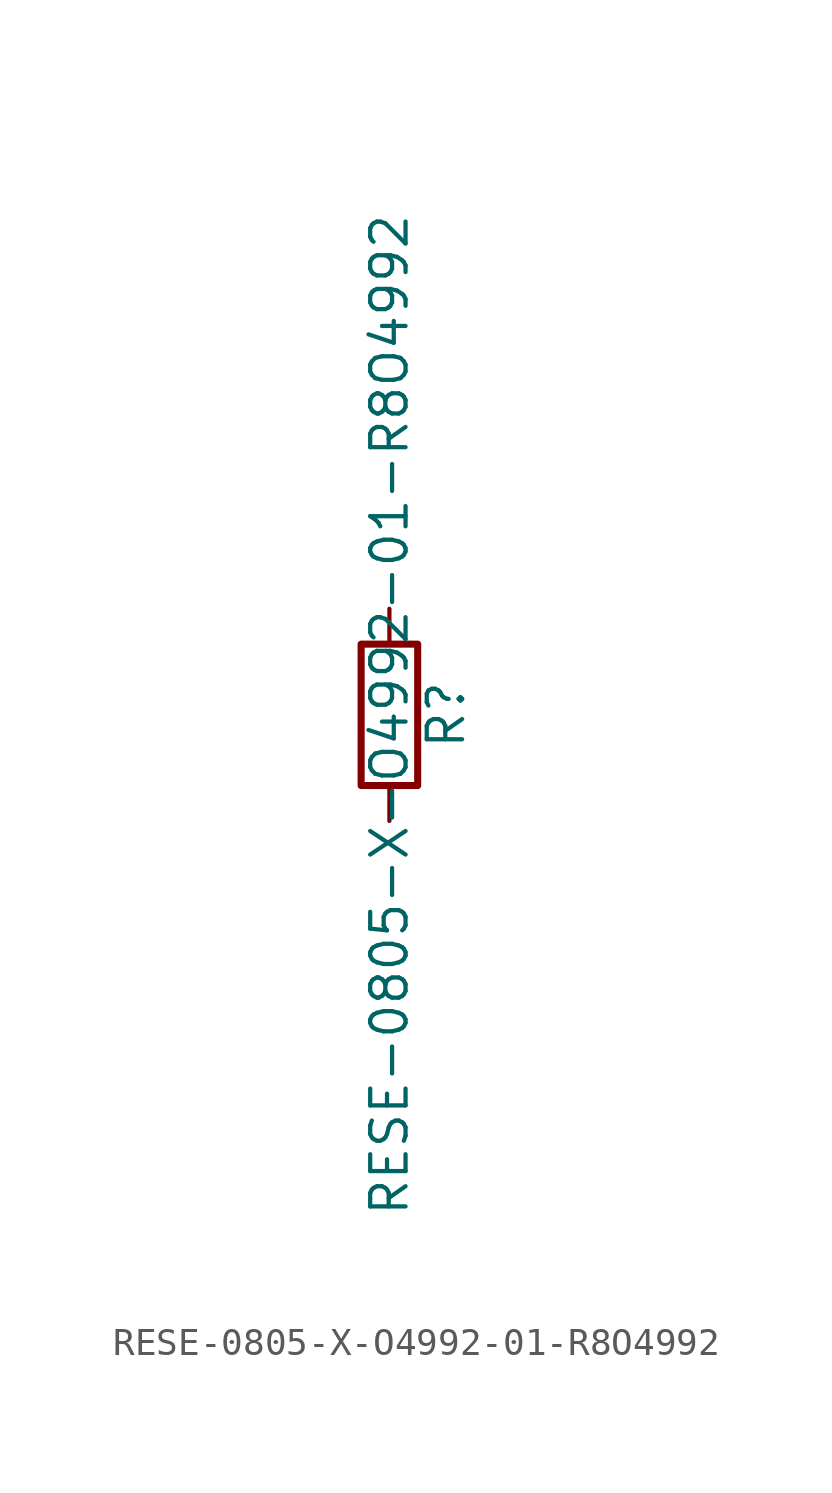
<source format=kicad_sym>
(kicad_symbol_lib
  (version 20211014)
  (generator kicad_symbol_editor)
  (symbol "RESE-0805-X-O4992-01-R8O4992"
    (pin_numbers hide)
    (pin_names
      (offset 0))
    (property "Reference" "R"
      (at 2.032 0 90)
      (effects (font (size 1.27 1.27))))
    (property "Value" "RESE-0805-X-O4992-01-R8O4992"
      (at 0 0 90)
      (effects (font (size 1.27 1.27))))
    (symbol "RESE-0805-X-O4992-01-R8O4992_0_1"
      (rectangle (start -1.016 -2.54) (end 1.016 2.54) (stroke (width 0.254) (type default) (color 0 0 0 0)) (fill (type none))))
    (symbol "RESE-0805-X-O4992-01-R8O4992_1_1"
      (pin passive line (at 0 3.81 270) (length 1.27) (name "~" (effects (font (size 1.27 1.27)))) (number "1" (effects (font (size 1.27 1.27)))))
      (pin passive line (at 0 -3.81 90) (length 1.27) (name "~" (effects (font (size 1.27 1.27)))) (number "2" (effects (font (size 1.27 1.27))))))))
</source>
